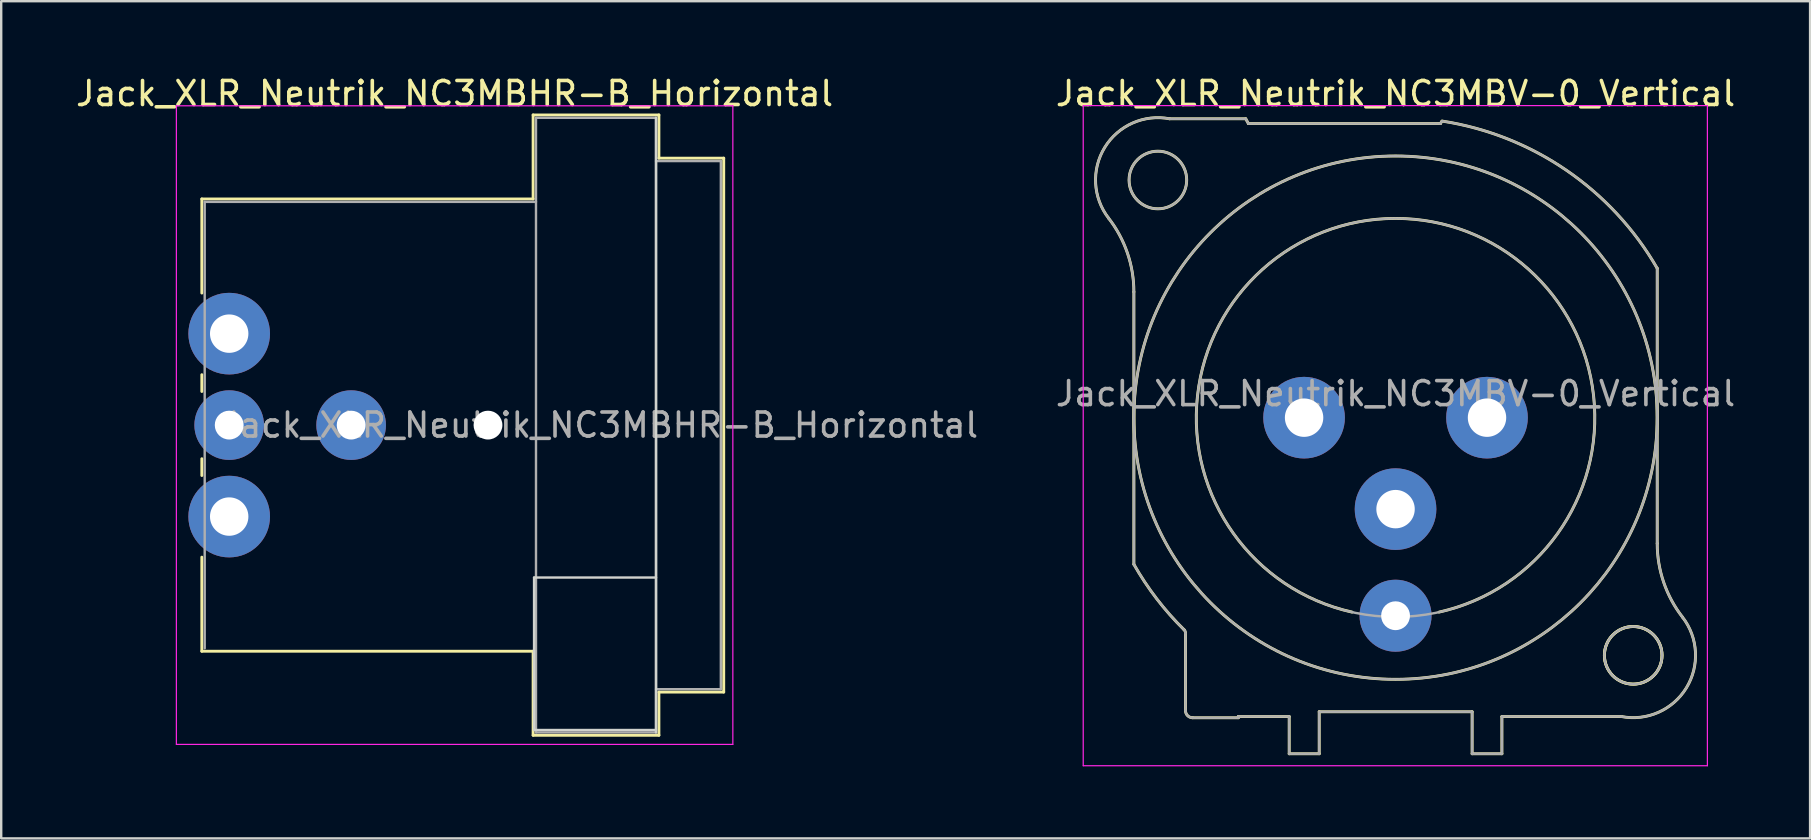
<source format=kicad_pcb>
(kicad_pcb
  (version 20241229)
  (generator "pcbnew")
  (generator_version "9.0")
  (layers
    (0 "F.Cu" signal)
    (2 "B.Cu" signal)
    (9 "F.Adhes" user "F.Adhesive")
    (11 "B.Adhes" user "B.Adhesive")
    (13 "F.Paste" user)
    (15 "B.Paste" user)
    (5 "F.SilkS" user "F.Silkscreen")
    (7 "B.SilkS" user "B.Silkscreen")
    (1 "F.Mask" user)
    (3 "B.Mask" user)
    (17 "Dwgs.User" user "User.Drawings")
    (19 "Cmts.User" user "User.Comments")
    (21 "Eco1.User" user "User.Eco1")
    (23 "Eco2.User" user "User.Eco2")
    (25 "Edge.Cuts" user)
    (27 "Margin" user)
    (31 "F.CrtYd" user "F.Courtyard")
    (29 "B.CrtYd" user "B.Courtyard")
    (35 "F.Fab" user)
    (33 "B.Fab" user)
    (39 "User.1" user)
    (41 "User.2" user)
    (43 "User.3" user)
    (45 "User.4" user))
  (footprint "Jack_XLR_Neutrik_NC3MBHR-B_Horizontal"
    (layer "F.Cu")
    (at 6.497 10.848)
    (property "Reference" "Jack_XLR_Neutrik_NC3MBHR-B_Horizontal" (at 9.39 -10 0) (layer "F.SilkS") (effects (font (size 1 1) (thickness 0.15))))
    (attr through_hole)
    (fp_line (start -1.14 -5.61) (end -1.14 -1.69) (stroke (width 0.12) (type solid)) (layer "F.SilkS"))
    (fp_line (start -1.14 2.41) (end -1.14 1.71) (stroke (width 0.12) (type solid)) (layer "F.SilkS"))
    (fp_line (start -1.14 5.21) (end -1.14 5.91) (stroke (width 0.12) (type solid)) (layer "F.SilkS"))
    (fp_line (start -1.14 9.31) (end -1.14 13.23) (stroke (width 0.12) (type solid)) (layer "F.SilkS"))
    (fp_line (start 12.66 -5.61) (end -1.14 -5.61) (stroke (width 0.12) (type solid)) (layer "F.SilkS"))
    (fp_line (start 12.66 -5.61) (end 12.66 -9.11) (stroke (width 0.12) (type solid)) (layer "F.SilkS"))
    (fp_line (start 12.66 13.23) (end -1.14 13.23) (stroke (width 0.12) (type solid)) (layer "F.SilkS"))
    (fp_line (start 12.66 16.73) (end 12.66 13.23) (stroke (width 0.12) (type solid)) (layer "F.SilkS"))
    (fp_line (start 17.9 -9.11) (end 12.66 -9.11) (stroke (width 0.12) (type solid)) (layer "F.SilkS"))
    (fp_line (start 17.9 -9.11) (end 17.9 -7.31) (stroke (width 0.12) (type solid)) (layer "F.SilkS"))
    (fp_line (start 17.9 -7.31) (end 20.6 -7.31) (stroke (width 0.12) (type solid)) (layer "F.SilkS"))
    (fp_line (start 17.9 14.93) (end 17.9 16.73) (stroke (width 0.12) (type solid)) (layer "F.SilkS"))
    (fp_line (start 17.9 14.93) (end 20.6 14.93) (stroke (width 0.12) (type solid)) (layer "F.SilkS"))
    (fp_line (start 17.9 16.73) (end 12.66 16.73) (stroke (width 0.12) (type solid)) (layer "F.SilkS"))
    (fp_line (start 20.6 -7.31) (end 20.6 14.93) (stroke (width 0.12) (type solid)) (layer "F.SilkS"))
    (fp_line (start 12.7 10.16) (end 12.7 16.51) (stroke (width 0.1) (type solid)) (layer "Edge.Cuts"))
    (fp_line (start 12.7 16.51) (end 17.78 16.51) (stroke (width 0.1) (type solid)) (layer "Edge.Cuts"))
    (fp_line (start 17.78 -8.99) (end 17.78 16.61) (stroke (width 0.1) (type solid)) (layer "Edge.Cuts"))
    (fp_line (start 17.78 10.16) (end 12.7 10.16) (stroke (width 0.1) (type solid)) (layer "Edge.Cuts"))
    (fp_line (start -2.2 -9.49) (end -2.2 17.11) (stroke (width 0.05) (type solid)) (layer "F.CrtYd"))
    (fp_line (start 20.98 -9.49) (end -2.2 -9.49) (stroke (width 0.05) (type solid)) (layer "F.CrtYd"))
    (fp_line (start 20.98 -9.49) (end 20.98 17.11) (stroke (width 0.05) (type solid)) (layer "F.CrtYd"))
    (fp_line (start 20.98 17.11) (end -2.2 17.11) (stroke (width 0.05) (type solid)) (layer "F.CrtYd"))
    (fp_line (start -1.02 -5.49) (end -1.02 13.11) (stroke (width 0.1) (type solid)) (layer "F.Fab"))
    (fp_line (start 12.78 -8.99) (end 17.78 -8.99) (stroke (width 0.1) (type solid)) (layer "F.Fab"))
    (fp_line (start 12.78 -5.49) (end -1.02 -5.49) (stroke (width 0.1) (type solid)) (layer "F.Fab"))
    (fp_line (start 12.78 16.61) (end 12.78 -8.99) (stroke (width 0.1) (type solid)) (layer "F.Fab"))
    (fp_line (start 17.78 -8.99) (end 17.78 16.61) (stroke (width 0.1) (type solid)) (layer "F.Fab"))
    (fp_line (start 17.78 -7.19) (end 20.48 -7.19) (stroke (width 0.1) (type solid)) (layer "F.Fab"))
    (fp_line (start 17.78 16.61) (end 12.78 16.61) (stroke (width 0.1) (type solid)) (layer "F.Fab"))
    (fp_line (start 20.48 -7.19) (end 20.48 14.81) (stroke (width 0.1) (type solid)) (layer "F.Fab"))
    (fp_line (start 20.48 14.81) (end 17.78 14.81) (stroke (width 0.1) (type solid)) (layer "F.Fab"))
    (fp_text user "${REFERENCE}" (at 15.43 3.81 0) (layer "F.Fab") (effects (font (size 1 1) (thickness 0.15))))
    (pad "" np_thru_hole circle (at 10.78 3.81) (size 1.2 1.2) (drill 1.2) (layers "*.Cu" "*.Mask"))
    (pad "1" thru_hole circle (at 0 0) (size 3.4 3.4) (drill 1.6) (layers "*.Cu" "*.Mask"))
    (pad "2" thru_hole circle (at 0 3.81) (size 2.9 2.9) (drill 1.2) (layers "*.Cu" "*.Mask"))
    (pad "3" thru_hole circle (at 0 7.62) (size 3.4 3.4) (drill 1.6) (layers "*.Cu" "*.Mask"))
    (pad "G" thru_hole circle (at 5.08 3.81) (size 2.9 2.9) (drill 1.2) (layers "*.Cu" "*.Mask")))
  (footprint "Jack_XLR_Neutrik_NC3MBV-0_Vertical"
    (layer "F.Cu")
    (at 51.272 14.348)
    (property "Reference" "Jack_XLR_Neutrik_NC3MBV-0_Vertical" (at 3.81 -13.5 0) (layer "F.SilkS") (effects (font (size 1 1) (thickness 0.15))))
    (attr through_hole)
    (fp_line (start -7.09 -5.24) (end -7.09 6.11) (stroke (width 0.12) (type solid)) (layer "F.SilkS"))
    (fp_line (start -4.94 12.2) (end -4.94 8.98) (stroke (width 0.12) (type solid)) (layer "F.SilkS"))
    (fp_line (start -4.64 12.5) (end -2.74 12.5) (stroke (width 0.12) (type solid)) (layer "F.SilkS"))
    (fp_line (start -2.74 12.45) (end -0.62 12.45) (stroke (width 0.12) (type solid)) (layer "F.SilkS"))
    (fp_line (start -2.74 12.5) (end -2.74 12.45) (stroke (width 0.12) (type solid)) (layer "F.SilkS"))
    (fp_line (start -2.43 -12.45) (end -5.6 -12.45) (stroke (width 0.12) (type solid)) (layer "F.SilkS"))
    (fp_line (start -2.32 -12.25) (end -2.43 -12.45) (stroke (width 0.12) (type solid)) (layer "F.SilkS"))
    (fp_line (start -0.62 12.45) (end -0.62 14) (stroke (width 0.12) (type solid)) (layer "F.SilkS"))
    (fp_line (start 0.63 12.25) (end 0.63 14) (stroke (width 0.12) (type solid)) (layer "F.SilkS"))
    (fp_line (start 0.63 12.25) (end 7 12.25) (stroke (width 0.12) (type solid)) (layer "F.SilkS"))
    (fp_line (start 0.63 14) (end -0.62 14) (stroke (width 0.12) (type solid)) (layer "F.SilkS"))
    (fp_line (start 5.68 -12.25) (end -2.32 -12.25) (stroke (width 0.12) (type solid)) (layer "F.SilkS"))
    (fp_line (start 5.74 -12.35) (end 5.68 -12.25) (stroke (width 0.12) (type solid)) (layer "F.SilkS"))
    (fp_line (start 7 12.25) (end 7 14) (stroke (width 0.12) (type solid)) (layer "F.SilkS"))
    (fp_line (start 8.24 12.45) (end 8.24 14) (stroke (width 0.12) (type solid)) (layer "F.SilkS"))
    (fp_line (start 8.24 12.45) (end 13.22 12.45) (stroke (width 0.12) (type solid)) (layer "F.SilkS"))
    (fp_line (start 8.24 14) (end 7 14) (stroke (width 0.12) (type solid)) (layer "F.SilkS"))
    (fp_line (start 14.71 5.24) (end 14.71 -6.22) (stroke (width 0.12) (type solid)) (layer "F.SilkS"))
    (fp_arc (start -8.14458 -8.311426) (mid -7.360989 -6.863715) (end -7.09 -5.24) (stroke (width 0.12) (type solid)) (layer "F.SilkS"))
    (fp_arc (start -8.141124 -8.307677) (mid -8.303366 -11.257798) (end -5.6 -12.45) (stroke (width 0.12) (type solid)) (layer "F.SilkS"))
    (fp_arc (start -4.999944 8.832139) (mid -4.954594 8.899835) (end -4.94 8.98) (stroke (width 0.12) (type solid)) (layer "F.SilkS"))
    (fp_arc (start -4.999718 8.833849) (mid -6.1389 7.544091) (end -7.09 6.11) (stroke (width 0.12) (type solid)) (layer "F.SilkS"))
    (fp_arc (start -4.64 12.5) (mid -4.852132 12.412132) (end -4.94 12.2) (stroke (width 0.12) (type solid)) (layer "F.SilkS"))
    (fp_arc (start 2 8.1) (mid 3.809449 -8.299765) (end 5.621075 8.09976) (stroke (width 0.12) (type solid)) (layer "F.SilkS"))
    (fp_arc (start 5.753207 -12.354269) (mid 10.928439 -10.304601) (end 14.71 -6.22) (stroke (width 0.12) (type solid)) (layer "F.SilkS"))
    (fp_arc (start 15.761124 8.307677) (mid 15.923366 11.257798) (end 13.22 12.45) (stroke (width 0.12) (type solid)) (layer "F.SilkS"))
    (fp_arc (start 15.76458 8.311426) (mid 14.980989 6.863715) (end 14.71 5.24) (stroke (width 0.12) (type solid)) (layer "F.SilkS"))
    (fp_circle (center -6.09 -9.9) (end -4.89 -9.9) (stroke (width 0.12) (type solid)) (fill no) (layer "F.SilkS"))
    (fp_circle (center 3.81 0) (end 14.71 0) (stroke (width 0.12) (type solid)) (fill no) (layer "F.SilkS"))
    (fp_circle (center 13.71 9.9) (end 14.91 9.9) (stroke (width 0.12) (type solid)) (fill no) (layer "F.SilkS"))
    (fp_circle (center 13.71 9.9) (end 14.91 9.9) (stroke (width 0.12) (type solid)) (fill no) (layer "F.SilkS"))
    (fp_line (start -9.2 -13) (end 16.8 -13) (stroke (width 0.05) (type solid)) (layer "F.CrtYd"))
    (fp_line (start -9.2 14.5) (end -9.2 -13) (stroke (width 0.05) (type solid)) (layer "F.CrtYd"))
    (fp_line (start 16.8 -13) (end 16.8 14.5) (stroke (width 0.05) (type solid)) (layer "F.CrtYd"))
    (fp_line (start 16.8 14.5) (end -9.2 14.5) (stroke (width 0.05) (type solid)) (layer "F.CrtYd"))
    (fp_line (start -7.09 -5.24) (end -7.09 6.11) (stroke (width 0.1) (type solid)) (layer "F.Fab"))
    (fp_line (start -4.94 12.2) (end -4.94 8.98) (stroke (width 0.1) (type solid)) (layer "F.Fab"))
    (fp_line (start -4.64 12.5) (end -2.74 12.5) (stroke (width 0.1) (type solid)) (layer "F.Fab"))
    (fp_line (start -2.74 12.45) (end -0.62 12.45) (stroke (width 0.1) (type solid)) (layer "F.Fab"))
    (fp_line (start -2.74 12.5) (end -2.74 12.45) (stroke (width 0.1) (type solid)) (layer "F.Fab"))
    (fp_line (start -2.43 -12.45) (end -5.6 -12.45) (stroke (width 0.1) (type solid)) (layer "F.Fab"))
    (fp_line (start -2.32 -12.25) (end -2.43 -12.45) (stroke (width 0.1) (type solid)) (layer "F.Fab"))
    (fp_line (start -0.62 12.45) (end -0.62 14) (stroke (width 0.1) (type solid)) (layer "F.Fab"))
    (fp_line (start 0.63 12.25) (end 0.63 14) (stroke (width 0.1) (type solid)) (layer "F.Fab"))
    (fp_line (start 0.63 12.25) (end 7 12.25) (stroke (width 0.1) (type solid)) (layer "F.Fab"))
    (fp_line (start 0.63 14) (end -0.62 14) (stroke (width 0.1) (type solid)) (layer "F.Fab"))
    (fp_line (start 5.68 -12.25) (end -2.32 -12.25) (stroke (width 0.1) (type solid)) (layer "F.Fab"))
    (fp_line (start 5.74 -12.35) (end 5.68 -12.25) (stroke (width 0.1) (type solid)) (layer "F.Fab"))
    (fp_line (start 7 12.25) (end 7 14) (stroke (width 0.1) (type solid)) (layer "F.Fab"))
    (fp_line (start 8.24 12.45) (end 8.24 14) (stroke (width 0.1) (type solid)) (layer "F.Fab"))
    (fp_line (start 8.24 12.45) (end 13.22 12.45) (stroke (width 0.1) (type solid)) (layer "F.Fab"))
    (fp_line (start 8.24 14) (end 7 14) (stroke (width 0.1) (type solid)) (layer "F.Fab"))
    (fp_line (start 14.71 5.24) (end 14.71 -6.22) (stroke (width 0.1) (type solid)) (layer "F.Fab"))
    (fp_arc (start -8.14458 -8.311426) (mid -7.360989 -6.863715) (end -7.09 -5.24) (stroke (width 0.1) (type solid)) (layer "F.Fab"))
    (fp_arc (start -8.141124 -8.307677) (mid -8.303366 -11.257798) (end -5.6 -12.45) (stroke (width 0.1) (type solid)) (layer "F.Fab"))
    (fp_arc (start -4.999944 8.832139) (mid -4.954594 8.899835) (end -4.94 8.98) (stroke (width 0.1) (type solid)) (layer "F.Fab"))
    (fp_arc (start -4.999718 8.833849) (mid -6.1389 7.544091) (end -7.09 6.11) (stroke (width 0.1) (type solid)) (layer "F.Fab"))
    (fp_arc (start -4.64 12.5) (mid -4.852132 12.412132) (end -4.94 12.2) (stroke (width 0.1) (type solid)) (layer "F.Fab"))
    (fp_arc (start 5.753207 -12.354269) (mid 10.928439 -10.304601) (end 14.71 -6.22) (stroke (width 0.1) (type solid)) (layer "F.Fab"))
    (fp_arc (start 15.761124 8.307677) (mid 15.923366 11.257798) (end 13.22 12.45) (stroke (width 0.1) (type solid)) (layer "F.Fab"))
    (fp_arc (start 15.76458 8.311426) (mid 14.980989 6.863715) (end 14.71 5.24) (stroke (width 0.1) (type solid)) (layer "F.Fab"))
    (fp_circle (center -6.09 -9.9) (end -4.89 -9.9) (stroke (width 0.1) (type solid)) (fill no) (layer "F.Fab"))
    (fp_circle (center 3.81 0) (end 12.11 0) (stroke (width 0.1) (type solid)) (fill no) (layer "F.Fab"))
    (fp_circle (center 3.81 0) (end 14.71 0) (stroke (width 0.1) (type solid)) (fill no) (layer "F.Fab"))
    (fp_circle (center 13.71 9.9) (end 14.91 9.9) (stroke (width 0.1) (type solid)) (fill no) (layer "F.Fab"))
    (fp_text user "${REFERENCE}" (at 3.81 -1 0) (layer "F.Fab") (effects (font (size 1 1) (thickness 0.15))))
    (pad "1" thru_hole circle (at 0 0) (size 3.4 3.4) (drill 1.6) (layers "*.Cu" "*.Mask"))
    (pad "2" thru_hole circle (at 7.62 0) (size 3.4 3.4) (drill 1.6) (layers "*.Cu" "*.Mask"))
    (pad "3" thru_hole circle (at 3.81 3.81) (size 3.4 3.4) (drill 1.6) (layers "*.Cu" "*.Mask"))
    (pad "G" thru_hole circle (at 3.81 8.25) (size 3 3) (drill 1.2) (layers "*.Cu" "*.Mask")))
  (gr_rect
    (start -3 -3)
    (end 72.35 31.873)
    (stroke (width 0.1) (type default))
    (fill no)
    (layer "Edge.Cuts")))
</source>
